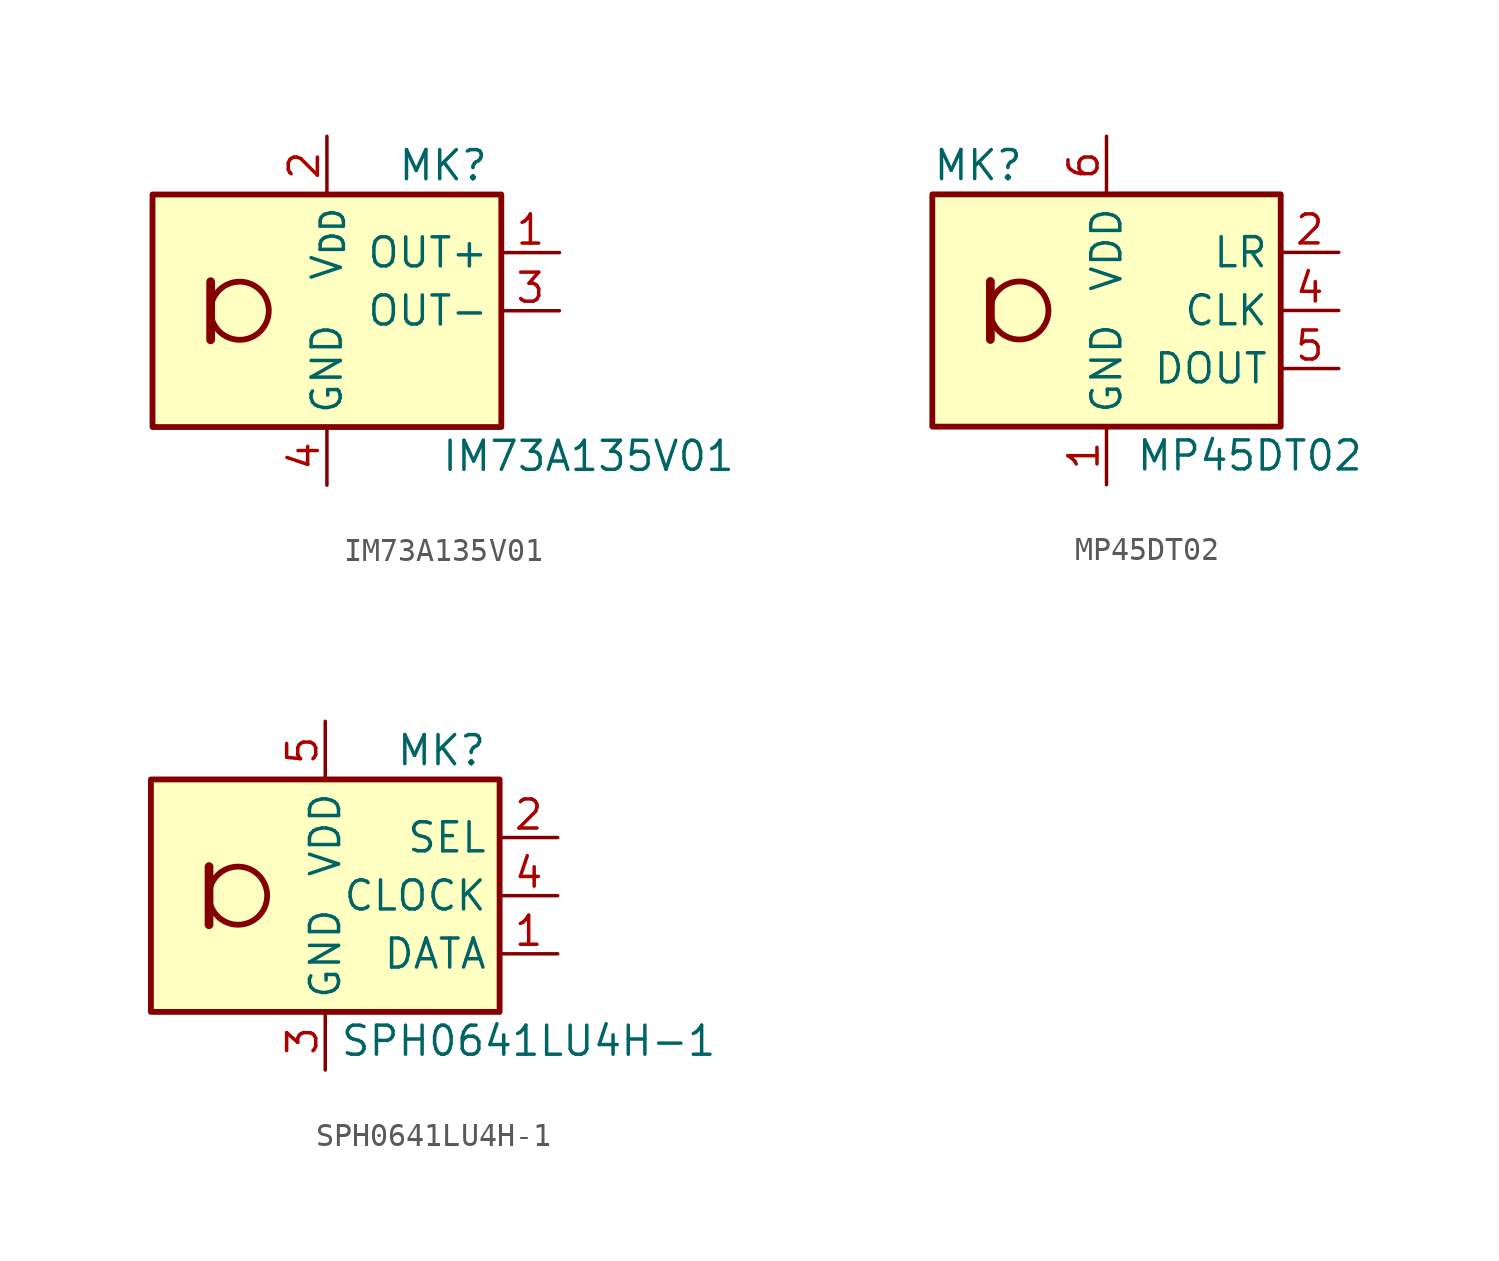
<source format=kicad_sym>
(kicad_symbol_lib
  (version 20231120)
  (generator "kicad_symbol_editor")
  (generator_version "8.0")
  (symbol "IM73A135V01"
    (property "Reference" "MK"
      (at 5.08 6.35 0)
      (effects (font (size 1.27 1.27))))
    (property "Value" "IM73A135V01"
      (at 11.43 -6.35 0)
      (effects (font (size 1.27 1.27))))
    (symbol "IM73A135V01_1_1"
      (rectangle (start -7.62 5.08) (end 7.62 -5.08) (stroke (width 0.254) (type default)) (fill (type background)))
      (circle (center -3.81 0) (radius 1.27) (stroke (width 0.254) (type default)) (fill (type none)))
      (polyline (pts (xy -5.08 1.27) (xy -5.08 -1.27)) (stroke (width 0.381) (type default)) (fill (type none)))
      (pin output line (at 10.16 2.54 180) (length 2.54) (name "OUT+" (effects (font (size 1.27 1.27)))) (number "1" (effects (font (size 1.27 1.27)))))
      (pin power_in line (at 0 7.62 270) (length 2.54) (name "V_{DD}" (effects (font (size 1.27 1.27)))) (number "2" (effects (font (size 1.27 1.27)))))
      (pin output line (at 10.16 0 180) (length 2.54) (name "OUT-" (effects (font (size 1.27 1.27)))) (number "3" (effects (font (size 1.27 1.27)))))
      (pin power_in line (at 0 -7.62 90) (length 2.54) (name "GND" (effects (font (size 1.27 1.27)))) (number "4" (effects (font (size 1.27 1.27)))))
      (pin passive line (at 0 -7.62 90) (length 2.54) hide (name "GND" (effects (font (size 1.27 1.27)))) (number "5" (effects (font (size 1.27 1.27)))))))
  (symbol "MP45DT02"
    (property "Reference" "MK"
      (at -7.62 6.35 0)
      (effects (font (size 1.27 1.27)) (justify left)))
    (property "Value" "MP45DT02"
      (at 1.27 -6.35 0)
      (effects (font (size 1.27 1.27)) (justify left)))
    (symbol "MP45DT02_0_1"
      (rectangle (start -7.62 5.08) (end 7.62 -5.08) (stroke (width 0.254) (type default)) (fill (type background)))
      (circle (center -3.81 0) (radius 1.27) (stroke (width 0.254) (type default)) (fill (type none)))
      (polyline (pts (xy -5.08 1.27) (xy -5.08 -1.27)) (stroke (width 0.381) (type default)) (fill (type none))))
    (symbol "MP45DT02_1_1"
      (pin power_in line (at 0 -7.62 90) (length 2.54) (name "GND" (effects (font (size 1.27 1.27)))) (number "1" (effects (font (size 1.27 1.27)))))
      (pin input line (at 10.16 2.54 180) (length 2.54) (name "LR" (effects (font (size 1.27 1.27)))) (number "2" (effects (font (size 1.27 1.27)))))
      (pin passive line (at 0 -7.62 90) (length 2.54) hide (name "GND" (effects (font (size 1.27 1.27)))) (number "3" (effects (font (size 1.27 1.27)))))
      (pin input line (at 10.16 0 180) (length 2.54) (name "CLK" (effects (font (size 1.27 1.27)))) (number "4" (effects (font (size 1.27 1.27)))))
      (pin output line (at 10.16 -2.54 180) (length 2.54) (name "DOUT" (effects (font (size 1.27 1.27)))) (number "5" (effects (font (size 1.27 1.27)))))
      (pin power_in line (at 0 7.62 270) (length 2.54) (name "VDD" (effects (font (size 1.27 1.27)))) (number "6" (effects (font (size 1.27 1.27)))))))
  (symbol "SPH0641LU4H-1"
    (property "Reference" "MK"
      (at 5.08 6.35 0)
      (effects (font (size 1.27 1.27))))
    (property "Value" "SPH0641LU4H-1"
      (at 8.89 -6.35 0)
      (effects (font (size 1.27 1.27))))
    (symbol "SPH0641LU4H-1_1_1"
      (rectangle (start -7.62 5.08) (end 7.62 -5.08) (stroke (width 0.254) (type default)) (fill (type background)))
      (circle (center -3.81 0) (radius 1.27) (stroke (width 0.254) (type default)) (fill (type none)))
      (polyline (pts (xy -5.08 1.27) (xy -5.08 -1.27)) (stroke (width 0.381) (type default)) (fill (type none)))
      (pin output line (at 10.16 -2.54 180) (length 2.54) (name "DATA" (effects (font (size 1.27 1.27)))) (number "1" (effects (font (size 1.27 1.27)))))
      (pin input line (at 10.16 2.54 180) (length 2.54) (name "SEL" (effects (font (size 1.27 1.27)))) (number "2" (effects (font (size 1.27 1.27)))))
      (pin power_in line (at 0 -7.62 90) (length 2.54) (name "GND" (effects (font (size 1.27 1.27)))) (number "3" (effects (font (size 1.27 1.27)))))
      (pin input line (at 10.16 0 180) (length 2.54) (name "CLOCK" (effects (font (size 1.27 1.27)))) (number "4" (effects (font (size 1.27 1.27)))))
      (pin power_in line (at 0 7.62 270) (length 2.54) (name "VDD" (effects (font (size 1.27 1.27)))) (number "5" (effects (font (size 1.27 1.27))))))))
</source>
